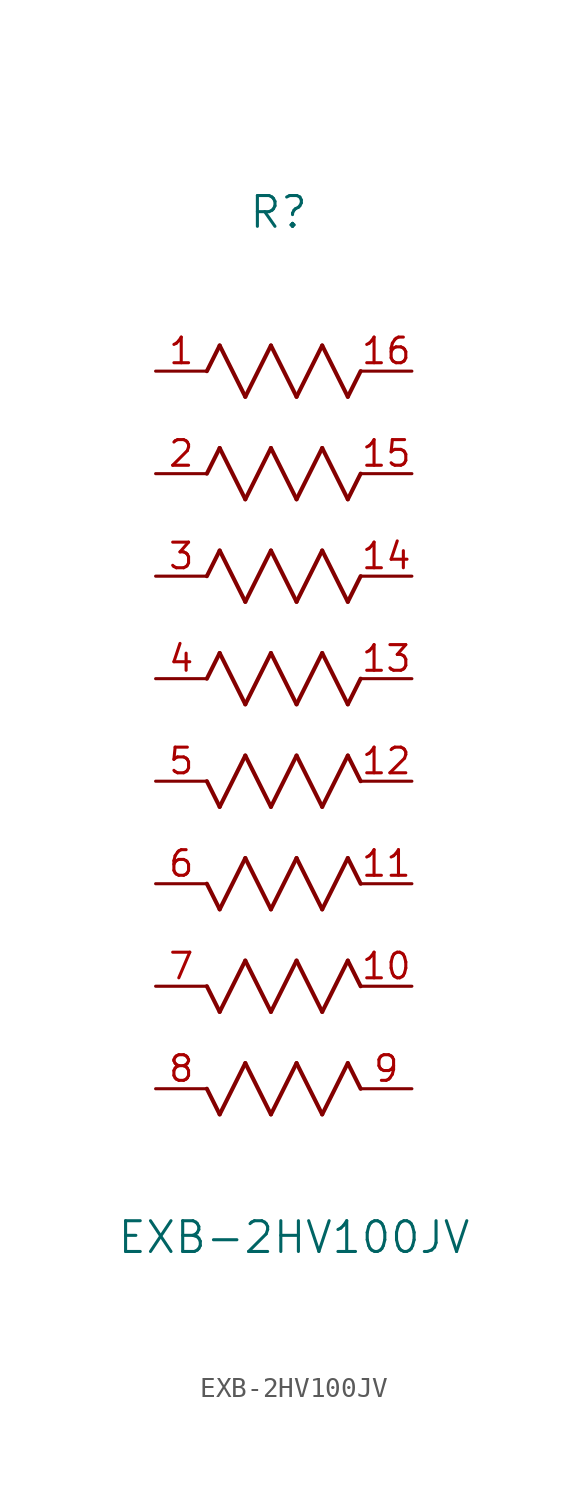
<source format=kicad_sym>
(kicad_symbol_lib
  (version 20231120)
  (generator "kicad_symbol_editor")
  (generator_version "8.0")
  (symbol "EXB-2HV100JV"
    (pin_names
      (offset 0.254))
    (property "Reference" "R"
      (at 6.096 7.874 0)
      (effects (font (size 1.524 1.524))))
    (property "Value" "EXB-2HV100JV"
      (at 6.858 -42.926 0)
      (effects (font (size 1.524 1.524))))
    (property "ki_locked" ""
      (at 0 0 0)
      (effects (font (size 1.27 1.27))))
    (symbol "EXB-2HV100JV_0_1"
      (polyline (pts (xy 2.54 -15.24) (xy 3.175 -13.97)) (stroke (width 0.203) (type default)) (fill (type none)))
      (polyline (pts (xy 2.54 -10.16) (xy 3.175 -8.89)) (stroke (width 0.203) (type default)) (fill (type none)))
      (polyline (pts (xy 2.54 -5.08) (xy 3.175 -3.81)) (stroke (width 0.203) (type default)) (fill (type none)))
      (polyline (pts (xy 2.54 0) (xy 3.175 1.27)) (stroke (width 0.203) (type default)) (fill (type none)))
      (polyline (pts (xy 3.175 -36.83) (xy 2.54 -35.56)) (stroke (width 0.203) (type default)) (fill (type none)))
      (polyline (pts (xy 3.175 -31.75) (xy 2.54 -30.48)) (stroke (width 0.203) (type default)) (fill (type none)))
      (polyline (pts (xy 3.175 -26.67) (xy 2.54 -25.4)) (stroke (width 0.203) (type default)) (fill (type none)))
      (polyline (pts (xy 3.175 -21.59) (xy 2.54 -20.32)) (stroke (width 0.203) (type default)) (fill (type none)))
      (polyline (pts (xy 3.175 -13.97) (xy 4.445 -16.51)) (stroke (width 0.203) (type default)) (fill (type none)))
      (polyline (pts (xy 3.175 -8.89) (xy 4.445 -11.43)) (stroke (width 0.203) (type default)) (fill (type none)))
      (polyline (pts (xy 3.175 -3.81) (xy 4.445 -6.35)) (stroke (width 0.203) (type default)) (fill (type none)))
      (polyline (pts (xy 3.175 1.27) (xy 4.445 -1.27)) (stroke (width 0.203) (type default)) (fill (type none)))
      (polyline (pts (xy 4.445 -34.29) (xy 3.175 -36.83)) (stroke (width 0.203) (type default)) (fill (type none)))
      (polyline (pts (xy 4.445 -29.21) (xy 3.175 -31.75)) (stroke (width 0.203) (type default)) (fill (type none)))
      (polyline (pts (xy 4.445 -24.13) (xy 3.175 -26.67)) (stroke (width 0.203) (type default)) (fill (type none)))
      (polyline (pts (xy 4.445 -19.05) (xy 3.175 -21.59)) (stroke (width 0.203) (type default)) (fill (type none)))
      (polyline (pts (xy 4.445 -16.51) (xy 5.715 -13.97)) (stroke (width 0.203) (type default)) (fill (type none)))
      (polyline (pts (xy 4.445 -11.43) (xy 5.715 -8.89)) (stroke (width 0.203) (type default)) (fill (type none)))
      (polyline (pts (xy 4.445 -6.35) (xy 5.715 -3.81)) (stroke (width 0.203) (type default)) (fill (type none)))
      (polyline (pts (xy 4.445 -1.27) (xy 5.715 1.27)) (stroke (width 0.203) (type default)) (fill (type none)))
      (polyline (pts (xy 5.715 -36.83) (xy 4.445 -34.29)) (stroke (width 0.203) (type default)) (fill (type none)))
      (polyline (pts (xy 5.715 -31.75) (xy 4.445 -29.21)) (stroke (width 0.203) (type default)) (fill (type none)))
      (polyline (pts (xy 5.715 -26.67) (xy 4.445 -24.13)) (stroke (width 0.203) (type default)) (fill (type none)))
      (polyline (pts (xy 5.715 -21.59) (xy 4.445 -19.05)) (stroke (width 0.203) (type default)) (fill (type none)))
      (polyline (pts (xy 5.715 -13.97) (xy 6.985 -16.51)) (stroke (width 0.203) (type default)) (fill (type none)))
      (polyline (pts (xy 5.715 -8.89) (xy 6.985 -11.43)) (stroke (width 0.203) (type default)) (fill (type none)))
      (polyline (pts (xy 5.715 -3.81) (xy 6.985 -6.35)) (stroke (width 0.203) (type default)) (fill (type none)))
      (polyline (pts (xy 5.715 1.27) (xy 6.985 -1.27)) (stroke (width 0.203) (type default)) (fill (type none)))
      (polyline (pts (xy 6.985 -34.29) (xy 5.715 -36.83)) (stroke (width 0.203) (type default)) (fill (type none)))
      (polyline (pts (xy 6.985 -29.21) (xy 5.715 -31.75)) (stroke (width 0.203) (type default)) (fill (type none)))
      (polyline (pts (xy 6.985 -24.13) (xy 5.715 -26.67)) (stroke (width 0.203) (type default)) (fill (type none)))
      (polyline (pts (xy 6.985 -19.05) (xy 5.715 -21.59)) (stroke (width 0.203) (type default)) (fill (type none)))
      (polyline (pts (xy 6.985 -16.51) (xy 8.255 -13.97)) (stroke (width 0.203) (type default)) (fill (type none)))
      (polyline (pts (xy 6.985 -11.43) (xy 8.255 -8.89)) (stroke (width 0.203) (type default)) (fill (type none)))
      (polyline (pts (xy 6.985 -6.35) (xy 8.255 -3.81)) (stroke (width 0.203) (type default)) (fill (type none)))
      (polyline (pts (xy 6.985 -1.27) (xy 8.255 1.27)) (stroke (width 0.203) (type default)) (fill (type none)))
      (polyline (pts (xy 8.255 -36.83) (xy 6.985 -34.29)) (stroke (width 0.203) (type default)) (fill (type none)))
      (polyline (pts (xy 8.255 -31.75) (xy 6.985 -29.21)) (stroke (width 0.203) (type default)) (fill (type none)))
      (polyline (pts (xy 8.255 -26.67) (xy 6.985 -24.13)) (stroke (width 0.203) (type default)) (fill (type none)))
      (polyline (pts (xy 8.255 -21.59) (xy 6.985 -19.05)) (stroke (width 0.203) (type default)) (fill (type none)))
      (polyline (pts (xy 8.255 -13.97) (xy 9.525 -16.51)) (stroke (width 0.203) (type default)) (fill (type none)))
      (polyline (pts (xy 8.255 -8.89) (xy 9.525 -11.43)) (stroke (width 0.203) (type default)) (fill (type none)))
      (polyline (pts (xy 8.255 -3.81) (xy 9.525 -6.35)) (stroke (width 0.203) (type default)) (fill (type none)))
      (polyline (pts (xy 8.255 1.27) (xy 9.525 -1.27)) (stroke (width 0.203) (type default)) (fill (type none)))
      (polyline (pts (xy 9.525 -34.29) (xy 8.255 -36.83)) (stroke (width 0.203) (type default)) (fill (type none)))
      (polyline (pts (xy 9.525 -29.21) (xy 8.255 -31.75)) (stroke (width 0.203) (type default)) (fill (type none)))
      (polyline (pts (xy 9.525 -24.13) (xy 8.255 -26.67)) (stroke (width 0.203) (type default)) (fill (type none)))
      (polyline (pts (xy 9.525 -19.05) (xy 8.255 -21.59)) (stroke (width 0.203) (type default)) (fill (type none)))
      (polyline (pts (xy 9.525 -16.51) (xy 10.16 -15.24)) (stroke (width 0.203) (type default)) (fill (type none)))
      (polyline (pts (xy 9.525 -11.43) (xy 10.16 -10.16)) (stroke (width 0.203) (type default)) (fill (type none)))
      (polyline (pts (xy 9.525 -6.35) (xy 10.16 -5.08)) (stroke (width 0.203) (type default)) (fill (type none)))
      (polyline (pts (xy 9.525 -1.27) (xy 10.16 0)) (stroke (width 0.203) (type default)) (fill (type none)))
      (polyline (pts (xy 10.16 -35.56) (xy 9.525 -34.29)) (stroke (width 0.203) (type default)) (fill (type none)))
      (polyline (pts (xy 10.16 -30.48) (xy 9.525 -29.21)) (stroke (width 0.203) (type default)) (fill (type none)))
      (polyline (pts (xy 10.16 -25.4) (xy 9.525 -24.13)) (stroke (width 0.203) (type default)) (fill (type none)))
      (polyline (pts (xy 10.16 -20.32) (xy 9.525 -19.05)) (stroke (width 0.203) (type default)) (fill (type none)))
      (pin unspecified line (at 0 0 0) (length 2.54) (name "" (effects (font (size 1.27 1.27)))) (number "1" (effects (font (size 1.27 1.27)))))
      (pin unspecified line (at 12.7 -30.48 180) (length 2.54) (name "" (effects (font (size 1.27 1.27)))) (number "10" (effects (font (size 1.27 1.27)))))
      (pin unspecified line (at 12.7 -25.4 180) (length 2.54) (name "" (effects (font (size 1.27 1.27)))) (number "11" (effects (font (size 1.27 1.27)))))
      (pin unspecified line (at 12.7 -20.32 180) (length 2.54) (name "" (effects (font (size 1.27 1.27)))) (number "12" (effects (font (size 1.27 1.27)))))
      (pin unspecified line (at 12.7 -15.24 180) (length 2.54) (name "" (effects (font (size 1.27 1.27)))) (number "13" (effects (font (size 1.27 1.27)))))
      (pin unspecified line (at 12.7 -10.16 180) (length 2.54) (name "" (effects (font (size 1.27 1.27)))) (number "14" (effects (font (size 1.27 1.27)))))
      (pin unspecified line (at 12.7 -5.08 180) (length 2.54) (name "" (effects (font (size 1.27 1.27)))) (number "15" (effects (font (size 1.27 1.27)))))
      (pin unspecified line (at 12.7 0 180) (length 2.54) (name "" (effects (font (size 1.27 1.27)))) (number "16" (effects (font (size 1.27 1.27)))))
      (pin unspecified line (at 0 -5.08 0) (length 2.54) (name "" (effects (font (size 1.27 1.27)))) (number "2" (effects (font (size 1.27 1.27)))))
      (pin unspecified line (at 0 -10.16 0) (length 2.54) (name "" (effects (font (size 1.27 1.27)))) (number "3" (effects (font (size 1.27 1.27)))))
      (pin unspecified line (at 0 -15.24 0) (length 2.54) (name "" (effects (font (size 1.27 1.27)))) (number "4" (effects (font (size 1.27 1.27)))))
      (pin unspecified line (at 0 -20.32 0) (length 2.54) (name "" (effects (font (size 1.27 1.27)))) (number "5" (effects (font (size 1.27 1.27)))))
      (pin unspecified line (at 0 -25.4 0) (length 2.54) (name "" (effects (font (size 1.27 1.27)))) (number "6" (effects (font (size 1.27 1.27)))))
      (pin unspecified line (at 0 -30.48 0) (length 2.54) (name "" (effects (font (size 1.27 1.27)))) (number "7" (effects (font (size 1.27 1.27)))))
      (pin unspecified line (at 0 -35.56 0) (length 2.54) (name "" (effects (font (size 1.27 1.27)))) (number "8" (effects (font (size 1.27 1.27)))))
      (pin unspecified line (at 12.7 -35.56 180) (length 2.54) (name "" (effects (font (size 1.27 1.27)))) (number "9" (effects (font (size 1.27 1.27))))))))
</source>
